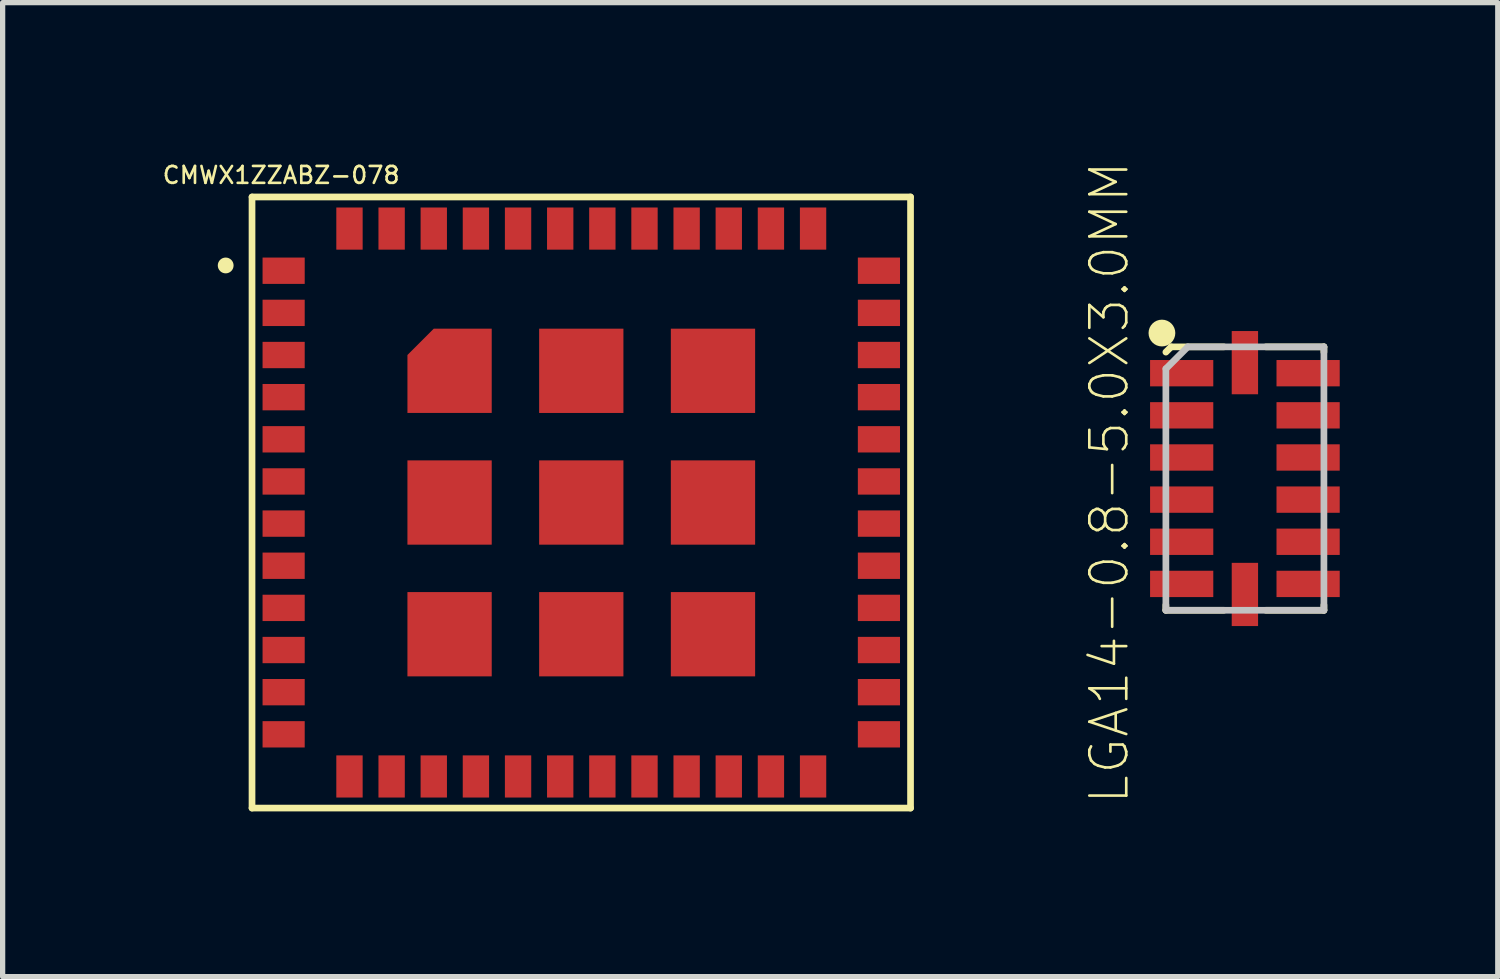
<source format=kicad_pcb>
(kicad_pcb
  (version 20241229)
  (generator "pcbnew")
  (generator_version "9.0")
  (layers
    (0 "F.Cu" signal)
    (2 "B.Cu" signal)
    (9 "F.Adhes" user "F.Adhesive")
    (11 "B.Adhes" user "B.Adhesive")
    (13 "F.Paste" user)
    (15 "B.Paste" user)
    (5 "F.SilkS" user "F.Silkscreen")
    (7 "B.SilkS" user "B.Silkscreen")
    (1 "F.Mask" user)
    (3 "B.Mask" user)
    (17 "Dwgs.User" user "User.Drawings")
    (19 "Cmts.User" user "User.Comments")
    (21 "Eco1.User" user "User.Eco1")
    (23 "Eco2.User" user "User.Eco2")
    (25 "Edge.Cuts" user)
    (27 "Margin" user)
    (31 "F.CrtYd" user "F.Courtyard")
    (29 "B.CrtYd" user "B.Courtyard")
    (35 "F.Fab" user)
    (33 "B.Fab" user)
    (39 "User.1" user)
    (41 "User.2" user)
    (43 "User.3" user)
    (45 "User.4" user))
  (footprint "LGA14-0.8-5.0X3.0MM"
    (layer "F.Cu")
    (at 20.581 6.034)
    (property "Reference" "LGA14-0.8-5.0X3.0MM" (at -2.574 0.076 90) (layer "F.SilkS") (effects (font (size 0.701 0.701) (thickness 0.05))))
    (attr smd)
    (fp_line (start -1.5 -2.4) (end -1.4 -2.5) (stroke (width 0.127) (type solid)) (layer "F.SilkS"))
    (fp_line (start -1.5 2.5) (end -1.5 2.4) (stroke (width 0.127) (type solid)) (layer "F.SilkS"))
    (fp_line (start -1.4 -2.5) (end -0.4 -2.5) (stroke (width 0.127) (type solid)) (layer "F.SilkS"))
    (fp_line (start -0.4 2.5) (end -1.5 2.5) (stroke (width 0.127) (type solid)) (layer "F.SilkS"))
    (fp_line (start 0.4 -2.5) (end 1.5 -2.5) (stroke (width 0.127) (type solid)) (layer "F.SilkS"))
    (fp_line (start 0.4 2.5) (end 1.5 2.5) (stroke (width 0.127) (type solid)) (layer "F.SilkS"))
    (fp_line (start 1.5 -2.5) (end 1.5 -2.4) (stroke (width 0.127) (type solid)) (layer "F.SilkS"))
    (fp_line (start 1.5 2.5) (end 1.5 2.4) (stroke (width 0.127) (type solid)) (layer "F.SilkS"))
    (fp_circle (center -1.575 -2.762) (end -1.321 -2.762) (stroke (width 0) (type solid)) (fill yes) (layer "F.SilkS"))
    (fp_line (start -1.5 -2.084) (end -1.084 -2.5) (stroke (width 0.127) (type solid)) (layer "Dwgs.User"))
    (fp_line (start -1.5 2.5) (end -1.5 -2.084) (stroke (width 0.127) (type solid)) (layer "Dwgs.User"))
    (fp_line (start -1.084 -2.5) (end 1.5 -2.5) (stroke (width 0.127) (type solid)) (layer "Dwgs.User"))
    (fp_line (start 1.5 -2.5) (end 1.5 2.5) (stroke (width 0.127) (type solid)) (layer "Dwgs.User"))
    (fp_line (start 1.5 2.5) (end -1.5 2.5) (stroke (width 0.127) (type solid)) (layer "Dwgs.User"))
    (fp_poly (pts (xy -1.504 -2.5) (xy 1.5 -2.5) (xy 1.5 2.507) (xy -1.504 2.507)) (stroke (width 0.1) (type solid)) (fill no) (layer "Eco1.User"))
    (pad "1" smd rect (at -1.2 -2) (size 1.2 0.5) (layers "F.Cu" "F.Mask" "F.Paste"))
    (pad "2" smd rect (at -1.2 -1.2) (size 1.2 0.5) (layers "F.Cu" "F.Mask" "F.Paste"))
    (pad "3" smd rect (at -1.2 -0.4) (size 1.2 0.5) (layers "F.Cu" "F.Mask" "F.Paste"))
    (pad "4" smd rect (at -1.2 0.4) (size 1.2 0.5) (layers "F.Cu" "F.Mask" "F.Paste"))
    (pad "5" smd rect (at -1.2 1.2) (size 1.2 0.5) (layers "F.Cu" "F.Mask" "F.Paste"))
    (pad "6" smd rect (at -1.2 2) (size 1.2 0.5) (layers "F.Cu" "F.Mask" "F.Paste"))
    (pad "7" smd rect (at 0 2.2 90) (size 1.2 0.5) (layers "F.Cu" "F.Mask" "F.Paste"))
    (pad "8" smd rect (at 1.2 2 180) (size 1.2 0.5) (layers "F.Cu" "F.Mask" "F.Paste"))
    (pad "9" smd rect (at 1.2 1.2 180) (size 1.2 0.5) (layers "F.Cu" "F.Mask" "F.Paste"))
    (pad "10" smd rect (at 1.2 0.4 180) (size 1.2 0.5) (layers "F.Cu" "F.Mask" "F.Paste"))
    (pad "11" smd rect (at 1.2 -0.4 180) (size 1.2 0.5) (layers "F.Cu" "F.Mask" "F.Paste"))
    (pad "12" smd rect (at 1.2 -1.2 180) (size 1.2 0.5) (layers "F.Cu" "F.Mask" "F.Paste"))
    (pad "13" smd rect (at 1.2 -2 180) (size 1.2 0.5) (layers "F.Cu" "F.Mask" "F.Paste"))
    (pad "14" smd rect (at 0 -2.2 270) (size 1.2 0.5) (layers "F.Cu" "F.Mask" "F.Paste")))
  (footprint "CMWX1ZZABZ-078"
    (layer "F.Cu")
    (at 7.984 6.489)
    (property "Reference" "CMWX1ZZABZ-078" (at -5.697 -6.214 0) (layer "F.SilkS") (effects (font (size 0.321 0.321) (thickness 0.05))))
    (attr smd)
    (fp_poly (pts (xy -1.225 -1.65) (xy -0.975 -1.65) (xy 0.975 -1.65) (xy 1.225 -1.65)) (stroke (width 0) (type solid)) (fill yes) (layer "F.Cu"))
    (fp_poly (pts (xy -1.7 -1.7) (xy -1.7 -3.3) (xy -2.8 -3.3) (xy -3.3 -2.8) (xy -3.3 -1.7)) (stroke (width 0) (type solid)) (fill yes) (layer "F.Cu"))
    (fp_poly (pts (xy -1.225 -1.65) (xy -0.975 -1.65) (xy 0.975 -1.65) (xy 1.225 -1.65)) (stroke (width 0) (type solid)) (fill yes) (layer "F.Mask"))
    (fp_poly (pts (xy -3.4 -1.6) (xy -1.6 -1.6) (xy -1.6 -3.4) (xy -2.9 -3.4) (xy -3.4 -2.9)) (stroke (width 0) (type solid)) (fill yes) (layer "F.Mask"))
    (fp_line (start -6.25 -5.8) (end -6.25 5.8) (stroke (width 0.127) (type solid)) (layer "F.SilkS"))
    (fp_line (start 6.25 -5.8) (end -6.25 -5.8) (stroke (width 0.127) (type solid)) (layer "F.SilkS"))
    (fp_line (start 6.25 5.8) (end -6.25 5.8) (stroke (width 0.127) (type solid)) (layer "F.SilkS"))
    (fp_line (start 6.25 5.8) (end 6.25 -5.8) (stroke (width 0.127) (type solid)) (layer "F.SilkS"))
    (fp_circle (center -6.75 -4.5) (end -6.6 -4.5) (stroke (width 0) (type solid)) (fill yes) (layer "F.SilkS"))
    (fp_poly (pts (xy -1.7 -1.7) (xy -1.7 -3.3) (xy -2.8 -3.3) (xy -3.3 -2.8) (xy -3.3 -1.7)) (stroke (width 0) (type solid)) (fill yes) (layer "F.Paste"))
    (fp_line (start -6.5 -5.975) (end 6.5 -5.975) (stroke (width 0.05) (type solid)) (layer "Eco1.User"))
    (fp_line (start -6.5 5.975) (end -6.5 -5.975) (stroke (width 0.05) (type solid)) (layer "Eco1.User"))
    (fp_line (start 6.5 -5.975) (end 6.5 5.975) (stroke (width 0.05) (type solid)) (layer "Eco1.User"))
    (fp_line (start 6.5 5.975) (end -6.5 5.975) (stroke (width 0.05) (type solid)) (layer "Eco1.User"))
    (pad "1" smd rect (at -5.65 -4.4) (size 0.8 0.5) (layers "F.Cu" "F.Mask" "F.Paste"))
    (pad "2" smd rect (at -5.65 -3.6) (size 0.8 0.5) (layers "F.Cu" "F.Mask" "F.Paste"))
    (pad "3" smd rect (at -5.65 -2.8) (size 0.8 0.5) (layers "F.Cu" "F.Mask" "F.Paste"))
    (pad "4" smd rect (at -5.65 -2) (size 0.8 0.5) (layers "F.Cu" "F.Mask" "F.Paste"))
    (pad "5" smd rect (at -5.65 -1.2) (size 0.8 0.5) (layers "F.Cu" "F.Mask" "F.Paste"))
    (pad "6" smd rect (at -5.65 -0.4) (size 0.8 0.5) (layers "F.Cu" "F.Mask" "F.Paste"))
    (pad "7" smd rect (at -5.65 0.4) (size 0.8 0.5) (layers "F.Cu" "F.Mask" "F.Paste"))
    (pad "8" smd rect (at -5.65 1.2) (size 0.8 0.5) (layers "F.Cu" "F.Mask" "F.Paste"))
    (pad "9" smd rect (at -5.65 2) (size 0.8 0.5) (layers "F.Cu" "F.Mask" "F.Paste"))
    (pad "10" smd rect (at -5.65 2.8) (size 0.8 0.5) (layers "F.Cu" "F.Mask" "F.Paste"))
    (pad "11" smd rect (at -5.65 3.6) (size 0.8 0.5) (layers "F.Cu" "F.Mask" "F.Paste"))
    (pad "12" smd rect (at -5.65 4.4) (size 0.8 0.5) (layers "F.Cu" "F.Mask" "F.Paste"))
    (pad "13" smd rect (at -4.4 5.2 90) (size 0.8 0.5) (layers "F.Cu" "F.Mask" "F.Paste"))
    (pad "14" smd rect (at -3.6 5.2 90) (size 0.8 0.5) (layers "F.Cu" "F.Mask" "F.Paste"))
    (pad "15" smd rect (at -2.8 5.2 90) (size 0.8 0.5) (layers "F.Cu" "F.Mask" "F.Paste"))
    (pad "16" smd rect (at -2 5.2 90) (size 0.8 0.5) (layers "F.Cu" "F.Mask" "F.Paste"))
    (pad "17" smd rect (at -1.2 5.2 90) (size 0.8 0.5) (layers "F.Cu" "F.Mask" "F.Paste"))
    (pad "18" smd rect (at -0.4 5.2 90) (size 0.8 0.5) (layers "F.Cu" "F.Mask" "F.Paste"))
    (pad "19" smd rect (at 0.4 5.2 90) (size 0.8 0.5) (layers "F.Cu" "F.Mask" "F.Paste"))
    (pad "20" smd rect (at 1.2 5.2 90) (size 0.8 0.5) (layers "F.Cu" "F.Mask" "F.Paste"))
    (pad "21" smd rect (at 2 5.2 90) (size 0.8 0.5) (layers "F.Cu" "F.Mask" "F.Paste"))
    (pad "22" smd rect (at 2.8 5.2 90) (size 0.8 0.5) (layers "F.Cu" "F.Mask" "F.Paste"))
    (pad "23" smd rect (at 3.6 5.2 90) (size 0.8 0.5) (layers "F.Cu" "F.Mask" "F.Paste"))
    (pad "24" smd rect (at 4.4 5.2 90) (size 0.8 0.5) (layers "F.Cu" "F.Mask" "F.Paste"))
    (pad "25" smd rect (at 5.65 4.4 180) (size 0.8 0.5) (layers "F.Cu" "F.Mask" "F.Paste"))
    (pad "26" smd rect (at 5.65 3.6 180) (size 0.8 0.5) (layers "F.Cu" "F.Mask" "F.Paste"))
    (pad "27" smd rect (at 5.65 2.8 180) (size 0.8 0.5) (layers "F.Cu" "F.Mask" "F.Paste"))
    (pad "28" smd rect (at 5.65 2 180) (size 0.8 0.5) (layers "F.Cu" "F.Mask" "F.Paste"))
    (pad "29" smd rect (at 5.65 1.2 180) (size 0.8 0.5) (layers "F.Cu" "F.Mask" "F.Paste"))
    (pad "30" smd rect (at 5.65 0.4 180) (size 0.8 0.5) (layers "F.Cu" "F.Mask" "F.Paste"))
    (pad "31" smd rect (at 5.65 -0.4 180) (size 0.8 0.5) (layers "F.Cu" "F.Mask" "F.Paste"))
    (pad "32" smd rect (at 5.65 -1.2 180) (size 0.8 0.5) (layers "F.Cu" "F.Mask" "F.Paste"))
    (pad "33" smd rect (at 5.65 -2 180) (size 0.8 0.5) (layers "F.Cu" "F.Mask" "F.Paste"))
    (pad "34" smd rect (at 5.65 -2.8 180) (size 0.8 0.5) (layers "F.Cu" "F.Mask" "F.Paste"))
    (pad "35" smd rect (at 5.65 -3.6 180) (size 0.8 0.5) (layers "F.Cu" "F.Mask" "F.Paste"))
    (pad "36" smd rect (at 5.65 -4.4 180) (size 0.8 0.5) (layers "F.Cu" "F.Mask" "F.Paste"))
    (pad "37" smd rect (at 4.4 -5.2 270) (size 0.8 0.5) (layers "F.Cu" "F.Mask" "F.Paste"))
    (pad "38" smd rect (at 3.6 -5.2 270) (size 0.8 0.5) (layers "F.Cu" "F.Mask" "F.Paste"))
    (pad "39" smd rect (at 2.8 -5.2 270) (size 0.8 0.5) (layers "F.Cu" "F.Mask" "F.Paste"))
    (pad "40" smd rect (at 2 -5.2 270) (size 0.8 0.5) (layers "F.Cu" "F.Mask" "F.Paste"))
    (pad "41" smd rect (at 1.2 -5.2 270) (size 0.8 0.5) (layers "F.Cu" "F.Mask" "F.Paste"))
    (pad "42" smd rect (at 0.4 -5.2 270) (size 0.8 0.5) (layers "F.Cu" "F.Mask" "F.Paste"))
    (pad "43" smd rect (at -0.4 -5.2 270) (size 0.8 0.5) (layers "F.Cu" "F.Mask" "F.Paste"))
    (pad "44" smd rect (at -1.2 -5.2 270) (size 0.8 0.5) (layers "F.Cu" "F.Mask" "F.Paste"))
    (pad "45" smd rect (at -2 -5.2 270) (size 0.8 0.5) (layers "F.Cu" "F.Mask" "F.Paste"))
    (pad "46" smd rect (at -2.8 -5.2 270) (size 0.8 0.5) (layers "F.Cu" "F.Mask" "F.Paste"))
    (pad "47" smd rect (at -3.6 -5.2 270) (size 0.8 0.5) (layers "F.Cu" "F.Mask" "F.Paste"))
    (pad "48" smd rect (at -4.4 -5.2 270) (size 0.8 0.5) (layers "F.Cu" "F.Mask" "F.Paste"))
    (pad "49" smd rect (at -2.5 -2.5) (size 1 1) (layers "F.Cu" "F.Mask" "F.Paste"))
    (pad "50" smd rect (at 0 -2.5) (size 1.6 1.6) (layers "F.Cu" "F.Mask" "F.Paste"))
    (pad "51" smd rect (at 2.5 -2.5) (size 1.6 1.6) (layers "F.Cu" "F.Mask" "F.Paste"))
    (pad "52" smd rect (at -2.5 0) (size 1.6 1.6) (layers "F.Cu" "F.Mask" "F.Paste"))
    (pad "53" smd rect (at 0 0) (size 1.6 1.6) (layers "F.Cu" "F.Mask" "F.Paste"))
    (pad "54" smd rect (at 2.5 0) (size 1.6 1.6) (layers "F.Cu" "F.Mask" "F.Paste"))
    (pad "55" smd rect (at -2.5 2.5) (size 1.6 1.6) (layers "F.Cu" "F.Mask" "F.Paste"))
    (pad "56" smd rect (at 0 2.5) (size 1.6 1.6) (layers "F.Cu" "F.Mask" "F.Paste"))
    (pad "57" smd rect (at 2.5 2.5) (size 1.6 1.6) (layers "F.Cu" "F.Mask" "F.Paste")))
  (gr_rect
    (start -3 -3)
    (end 25.381 15.489)
    (stroke (width 0.1) (type default))
    (fill no)
    (layer "Edge.Cuts")))
</source>
